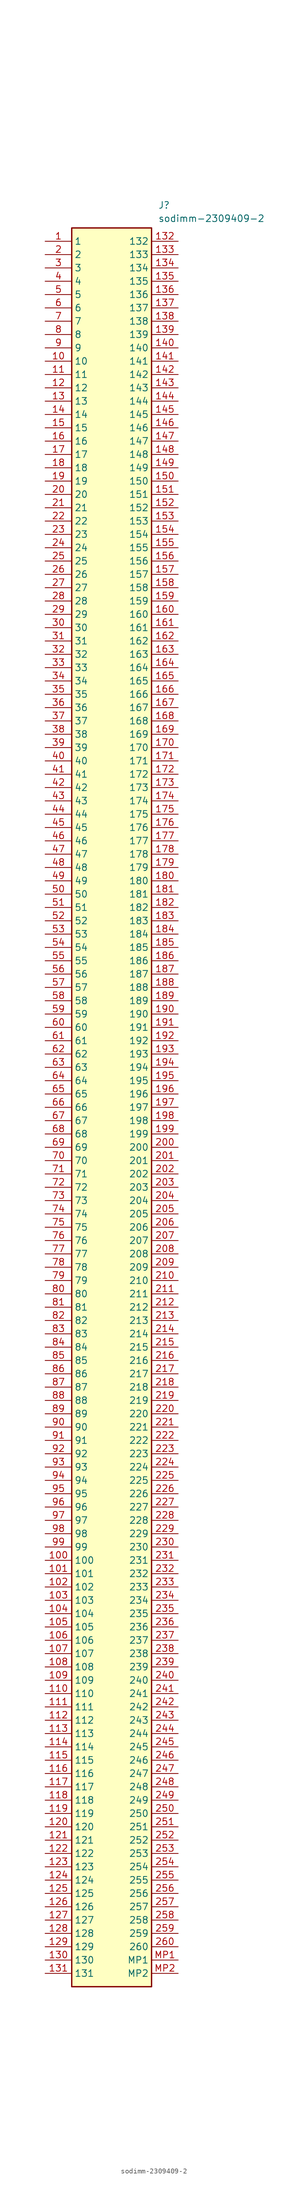
<source format=kicad_sym>
(kicad_symbol_lib
  (version 20220914)
  (generator kicad_symbol_editor)
  (symbol "sodimm-2309409-2"
    (property "Reference" "J"
      (at 21.59 7.62 0)
      (effects (font (size 1.27 1.27)) (justify left top)))
    (property "Value" "sodimm-2309409-2"
      (at 21.59 5.08 0)
      (effects (font (size 1.27 1.27)) (justify left top)))
    (symbol "sodimm-2309409-2_1_1"
      (rectangle (start 5.08 2.54) (end 20.32 -332.74) (stroke (width 0.254) (type default)) (fill (type background)))
      (pin passive line (at 0 0 0) (length 5.08) (name "1" (effects (font (size 1.27 1.27)))) (number "1" (effects (font (size 1.27 1.27)))))
      (pin passive line (at 0 -22.86 0) (length 5.08) (name "10" (effects (font (size 1.27 1.27)))) (number "10" (effects (font (size 1.27 1.27)))))
      (pin passive line (at 0 -251.46 0) (length 5.08) (name "100" (effects (font (size 1.27 1.27)))) (number "100" (effects (font (size 1.27 1.27)))))
      (pin passive line (at 0 -254 0) (length 5.08) (name "101" (effects (font (size 1.27 1.27)))) (number "101" (effects (font (size 1.27 1.27)))))
      (pin passive line (at 0 -256.54 0) (length 5.08) (name "102" (effects (font (size 1.27 1.27)))) (number "102" (effects (font (size 1.27 1.27)))))
      (pin passive line (at 0 -259.08 0) (length 5.08) (name "103" (effects (font (size 1.27 1.27)))) (number "103" (effects (font (size 1.27 1.27)))))
      (pin passive line (at 0 -261.62 0) (length 5.08) (name "104" (effects (font (size 1.27 1.27)))) (number "104" (effects (font (size 1.27 1.27)))))
      (pin passive line (at 0 -264.16 0) (length 5.08) (name "105" (effects (font (size 1.27 1.27)))) (number "105" (effects (font (size 1.27 1.27)))))
      (pin passive line (at 0 -266.7 0) (length 5.08) (name "106" (effects (font (size 1.27 1.27)))) (number "106" (effects (font (size 1.27 1.27)))))
      (pin passive line (at 0 -269.24 0) (length 5.08) (name "107" (effects (font (size 1.27 1.27)))) (number "107" (effects (font (size 1.27 1.27)))))
      (pin passive line (at 0 -271.78 0) (length 5.08) (name "108" (effects (font (size 1.27 1.27)))) (number "108" (effects (font (size 1.27 1.27)))))
      (pin passive line (at 0 -274.32 0) (length 5.08) (name "109" (effects (font (size 1.27 1.27)))) (number "109" (effects (font (size 1.27 1.27)))))
      (pin passive line (at 0 -25.4 0) (length 5.08) (name "11" (effects (font (size 1.27 1.27)))) (number "11" (effects (font (size 1.27 1.27)))))
      (pin passive line (at 0 -276.86 0) (length 5.08) (name "110" (effects (font (size 1.27 1.27)))) (number "110" (effects (font (size 1.27 1.27)))))
      (pin passive line (at 0 -279.4 0) (length 5.08) (name "111" (effects (font (size 1.27 1.27)))) (number "111" (effects (font (size 1.27 1.27)))))
      (pin passive line (at 0 -281.94 0) (length 5.08) (name "112" (effects (font (size 1.27 1.27)))) (number "112" (effects (font (size 1.27 1.27)))))
      (pin passive line (at 0 -284.48 0) (length 5.08) (name "113" (effects (font (size 1.27 1.27)))) (number "113" (effects (font (size 1.27 1.27)))))
      (pin passive line (at 0 -287.02 0) (length 5.08) (name "114" (effects (font (size 1.27 1.27)))) (number "114" (effects (font (size 1.27 1.27)))))
      (pin passive line (at 0 -289.56 0) (length 5.08) (name "115" (effects (font (size 1.27 1.27)))) (number "115" (effects (font (size 1.27 1.27)))))
      (pin passive line (at 0 -292.1 0) (length 5.08) (name "116" (effects (font (size 1.27 1.27)))) (number "116" (effects (font (size 1.27 1.27)))))
      (pin passive line (at 0 -294.64 0) (length 5.08) (name "117" (effects (font (size 1.27 1.27)))) (number "117" (effects (font (size 1.27 1.27)))))
      (pin passive line (at 0 -297.18 0) (length 5.08) (name "118" (effects (font (size 1.27 1.27)))) (number "118" (effects (font (size 1.27 1.27)))))
      (pin passive line (at 0 -299.72 0) (length 5.08) (name "119" (effects (font (size 1.27 1.27)))) (number "119" (effects (font (size 1.27 1.27)))))
      (pin passive line (at 0 -27.94 0) (length 5.08) (name "12" (effects (font (size 1.27 1.27)))) (number "12" (effects (font (size 1.27 1.27)))))
      (pin passive line (at 0 -302.26 0) (length 5.08) (name "120" (effects (font (size 1.27 1.27)))) (number "120" (effects (font (size 1.27 1.27)))))
      (pin passive line (at 0 -304.8 0) (length 5.08) (name "121" (effects (font (size 1.27 1.27)))) (number "121" (effects (font (size 1.27 1.27)))))
      (pin passive line (at 0 -307.34 0) (length 5.08) (name "122" (effects (font (size 1.27 1.27)))) (number "122" (effects (font (size 1.27 1.27)))))
      (pin passive line (at 0 -309.88 0) (length 5.08) (name "123" (effects (font (size 1.27 1.27)))) (number "123" (effects (font (size 1.27 1.27)))))
      (pin passive line (at 0 -312.42 0) (length 5.08) (name "124" (effects (font (size 1.27 1.27)))) (number "124" (effects (font (size 1.27 1.27)))))
      (pin passive line (at 0 -314.96 0) (length 5.08) (name "125" (effects (font (size 1.27 1.27)))) (number "125" (effects (font (size 1.27 1.27)))))
      (pin passive line (at 0 -317.5 0) (length 5.08) (name "126" (effects (font (size 1.27 1.27)))) (number "126" (effects (font (size 1.27 1.27)))))
      (pin passive line (at 0 -320.04 0) (length 5.08) (name "127" (effects (font (size 1.27 1.27)))) (number "127" (effects (font (size 1.27 1.27)))))
      (pin passive line (at 0 -322.58 0) (length 5.08) (name "128" (effects (font (size 1.27 1.27)))) (number "128" (effects (font (size 1.27 1.27)))))
      (pin passive line (at 0 -325.12 0) (length 5.08) (name "129" (effects (font (size 1.27 1.27)))) (number "129" (effects (font (size 1.27 1.27)))))
      (pin passive line (at 0 -30.48 0) (length 5.08) (name "13" (effects (font (size 1.27 1.27)))) (number "13" (effects (font (size 1.27 1.27)))))
      (pin passive line (at 0 -327.66 0) (length 5.08) (name "130" (effects (font (size 1.27 1.27)))) (number "130" (effects (font (size 1.27 1.27)))))
      (pin passive line (at 0 -330.2 0) (length 5.08) (name "131" (effects (font (size 1.27 1.27)))) (number "131" (effects (font (size 1.27 1.27)))))
      (pin passive line (at 25.4 0 180) (length 5.08) (name "132" (effects (font (size 1.27 1.27)))) (number "132" (effects (font (size 1.27 1.27)))))
      (pin passive line (at 25.4 -2.54 180) (length 5.08) (name "133" (effects (font (size 1.27 1.27)))) (number "133" (effects (font (size 1.27 1.27)))))
      (pin passive line (at 25.4 -5.08 180) (length 5.08) (name "134" (effects (font (size 1.27 1.27)))) (number "134" (effects (font (size 1.27 1.27)))))
      (pin passive line (at 25.4 -7.62 180) (length 5.08) (name "135" (effects (font (size 1.27 1.27)))) (number "135" (effects (font (size 1.27 1.27)))))
      (pin passive line (at 25.4 -10.16 180) (length 5.08) (name "136" (effects (font (size 1.27 1.27)))) (number "136" (effects (font (size 1.27 1.27)))))
      (pin passive line (at 25.4 -12.7 180) (length 5.08) (name "137" (effects (font (size 1.27 1.27)))) (number "137" (effects (font (size 1.27 1.27)))))
      (pin passive line (at 25.4 -15.24 180) (length 5.08) (name "138" (effects (font (size 1.27 1.27)))) (number "138" (effects (font (size 1.27 1.27)))))
      (pin passive line (at 25.4 -17.78 180) (length 5.08) (name "139" (effects (font (size 1.27 1.27)))) (number "139" (effects (font (size 1.27 1.27)))))
      (pin passive line (at 0 -33.02 0) (length 5.08) (name "14" (effects (font (size 1.27 1.27)))) (number "14" (effects (font (size 1.27 1.27)))))
      (pin passive line (at 25.4 -20.32 180) (length 5.08) (name "140" (effects (font (size 1.27 1.27)))) (number "140" (effects (font (size 1.27 1.27)))))
      (pin passive line (at 25.4 -22.86 180) (length 5.08) (name "141" (effects (font (size 1.27 1.27)))) (number "141" (effects (font (size 1.27 1.27)))))
      (pin passive line (at 25.4 -25.4 180) (length 5.08) (name "142" (effects (font (size 1.27 1.27)))) (number "142" (effects (font (size 1.27 1.27)))))
      (pin passive line (at 25.4 -27.94 180) (length 5.08) (name "143" (effects (font (size 1.27 1.27)))) (number "143" (effects (font (size 1.27 1.27)))))
      (pin passive line (at 25.4 -30.48 180) (length 5.08) (name "144" (effects (font (size 1.27 1.27)))) (number "144" (effects (font (size 1.27 1.27)))))
      (pin passive line (at 25.4 -33.02 180) (length 5.08) (name "145" (effects (font (size 1.27 1.27)))) (number "145" (effects (font (size 1.27 1.27)))))
      (pin passive line (at 25.4 -35.56 180) (length 5.08) (name "146" (effects (font (size 1.27 1.27)))) (number "146" (effects (font (size 1.27 1.27)))))
      (pin passive line (at 25.4 -38.1 180) (length 5.08) (name "147" (effects (font (size 1.27 1.27)))) (number "147" (effects (font (size 1.27 1.27)))))
      (pin passive line (at 25.4 -40.64 180) (length 5.08) (name "148" (effects (font (size 1.27 1.27)))) (number "148" (effects (font (size 1.27 1.27)))))
      (pin passive line (at 25.4 -43.18 180) (length 5.08) (name "149" (effects (font (size 1.27 1.27)))) (number "149" (effects (font (size 1.27 1.27)))))
      (pin passive line (at 0 -35.56 0) (length 5.08) (name "15" (effects (font (size 1.27 1.27)))) (number "15" (effects (font (size 1.27 1.27)))))
      (pin passive line (at 25.4 -45.72 180) (length 5.08) (name "150" (effects (font (size 1.27 1.27)))) (number "150" (effects (font (size 1.27 1.27)))))
      (pin passive line (at 25.4 -48.26 180) (length 5.08) (name "151" (effects (font (size 1.27 1.27)))) (number "151" (effects (font (size 1.27 1.27)))))
      (pin passive line (at 25.4 -50.8 180) (length 5.08) (name "152" (effects (font (size 1.27 1.27)))) (number "152" (effects (font (size 1.27 1.27)))))
      (pin passive line (at 25.4 -53.34 180) (length 5.08) (name "153" (effects (font (size 1.27 1.27)))) (number "153" (effects (font (size 1.27 1.27)))))
      (pin passive line (at 25.4 -55.88 180) (length 5.08) (name "154" (effects (font (size 1.27 1.27)))) (number "154" (effects (font (size 1.27 1.27)))))
      (pin passive line (at 25.4 -58.42 180) (length 5.08) (name "155" (effects (font (size 1.27 1.27)))) (number "155" (effects (font (size 1.27 1.27)))))
      (pin passive line (at 25.4 -60.96 180) (length 5.08) (name "156" (effects (font (size 1.27 1.27)))) (number "156" (effects (font (size 1.27 1.27)))))
      (pin passive line (at 25.4 -63.5 180) (length 5.08) (name "157" (effects (font (size 1.27 1.27)))) (number "157" (effects (font (size 1.27 1.27)))))
      (pin passive line (at 25.4 -66.04 180) (length 5.08) (name "158" (effects (font (size 1.27 1.27)))) (number "158" (effects (font (size 1.27 1.27)))))
      (pin passive line (at 25.4 -68.58 180) (length 5.08) (name "159" (effects (font (size 1.27 1.27)))) (number "159" (effects (font (size 1.27 1.27)))))
      (pin passive line (at 0 -38.1 0) (length 5.08) (name "16" (effects (font (size 1.27 1.27)))) (number "16" (effects (font (size 1.27 1.27)))))
      (pin passive line (at 25.4 -71.12 180) (length 5.08) (name "160" (effects (font (size 1.27 1.27)))) (number "160" (effects (font (size 1.27 1.27)))))
      (pin passive line (at 25.4 -73.66 180) (length 5.08) (name "161" (effects (font (size 1.27 1.27)))) (number "161" (effects (font (size 1.27 1.27)))))
      (pin passive line (at 25.4 -76.2 180) (length 5.08) (name "162" (effects (font (size 1.27 1.27)))) (number "162" (effects (font (size 1.27 1.27)))))
      (pin passive line (at 25.4 -78.74 180) (length 5.08) (name "163" (effects (font (size 1.27 1.27)))) (number "163" (effects (font (size 1.27 1.27)))))
      (pin passive line (at 25.4 -81.28 180) (length 5.08) (name "164" (effects (font (size 1.27 1.27)))) (number "164" (effects (font (size 1.27 1.27)))))
      (pin passive line (at 25.4 -83.82 180) (length 5.08) (name "165" (effects (font (size 1.27 1.27)))) (number "165" (effects (font (size 1.27 1.27)))))
      (pin passive line (at 25.4 -86.36 180) (length 5.08) (name "166" (effects (font (size 1.27 1.27)))) (number "166" (effects (font (size 1.27 1.27)))))
      (pin passive line (at 25.4 -88.9 180) (length 5.08) (name "167" (effects (font (size 1.27 1.27)))) (number "167" (effects (font (size 1.27 1.27)))))
      (pin passive line (at 25.4 -91.44 180) (length 5.08) (name "168" (effects (font (size 1.27 1.27)))) (number "168" (effects (font (size 1.27 1.27)))))
      (pin passive line (at 25.4 -93.98 180) (length 5.08) (name "169" (effects (font (size 1.27 1.27)))) (number "169" (effects (font (size 1.27 1.27)))))
      (pin passive line (at 0 -40.64 0) (length 5.08) (name "17" (effects (font (size 1.27 1.27)))) (number "17" (effects (font (size 1.27 1.27)))))
      (pin passive line (at 25.4 -96.52 180) (length 5.08) (name "170" (effects (font (size 1.27 1.27)))) (number "170" (effects (font (size 1.27 1.27)))))
      (pin passive line (at 25.4 -99.06 180) (length 5.08) (name "171" (effects (font (size 1.27 1.27)))) (number "171" (effects (font (size 1.27 1.27)))))
      (pin passive line (at 25.4 -101.6 180) (length 5.08) (name "172" (effects (font (size 1.27 1.27)))) (number "172" (effects (font (size 1.27 1.27)))))
      (pin passive line (at 25.4 -104.14 180) (length 5.08) (name "173" (effects (font (size 1.27 1.27)))) (number "173" (effects (font (size 1.27 1.27)))))
      (pin passive line (at 25.4 -106.68 180) (length 5.08) (name "174" (effects (font (size 1.27 1.27)))) (number "174" (effects (font (size 1.27 1.27)))))
      (pin passive line (at 25.4 -109.22 180) (length 5.08) (name "175" (effects (font (size 1.27 1.27)))) (number "175" (effects (font (size 1.27 1.27)))))
      (pin passive line (at 25.4 -111.76 180) (length 5.08) (name "176" (effects (font (size 1.27 1.27)))) (number "176" (effects (font (size 1.27 1.27)))))
      (pin passive line (at 25.4 -114.3 180) (length 5.08) (name "177" (effects (font (size 1.27 1.27)))) (number "177" (effects (font (size 1.27 1.27)))))
      (pin passive line (at 25.4 -116.84 180) (length 5.08) (name "178" (effects (font (size 1.27 1.27)))) (number "178" (effects (font (size 1.27 1.27)))))
      (pin passive line (at 25.4 -119.38 180) (length 5.08) (name "179" (effects (font (size 1.27 1.27)))) (number "179" (effects (font (size 1.27 1.27)))))
      (pin passive line (at 0 -43.18 0) (length 5.08) (name "18" (effects (font (size 1.27 1.27)))) (number "18" (effects (font (size 1.27 1.27)))))
      (pin passive line (at 25.4 -121.92 180) (length 5.08) (name "180" (effects (font (size 1.27 1.27)))) (number "180" (effects (font (size 1.27 1.27)))))
      (pin passive line (at 25.4 -124.46 180) (length 5.08) (name "181" (effects (font (size 1.27 1.27)))) (number "181" (effects (font (size 1.27 1.27)))))
      (pin passive line (at 25.4 -127 180) (length 5.08) (name "182" (effects (font (size 1.27 1.27)))) (number "182" (effects (font (size 1.27 1.27)))))
      (pin passive line (at 25.4 -129.54 180) (length 5.08) (name "183" (effects (font (size 1.27 1.27)))) (number "183" (effects (font (size 1.27 1.27)))))
      (pin passive line (at 25.4 -132.08 180) (length 5.08) (name "184" (effects (font (size 1.27 1.27)))) (number "184" (effects (font (size 1.27 1.27)))))
      (pin passive line (at 25.4 -134.62 180) (length 5.08) (name "185" (effects (font (size 1.27 1.27)))) (number "185" (effects (font (size 1.27 1.27)))))
      (pin passive line (at 25.4 -137.16 180) (length 5.08) (name "186" (effects (font (size 1.27 1.27)))) (number "186" (effects (font (size 1.27 1.27)))))
      (pin passive line (at 25.4 -139.7 180) (length 5.08) (name "187" (effects (font (size 1.27 1.27)))) (number "187" (effects (font (size 1.27 1.27)))))
      (pin passive line (at 25.4 -142.24 180) (length 5.08) (name "188" (effects (font (size 1.27 1.27)))) (number "188" (effects (font (size 1.27 1.27)))))
      (pin passive line (at 25.4 -144.78 180) (length 5.08) (name "189" (effects (font (size 1.27 1.27)))) (number "189" (effects (font (size 1.27 1.27)))))
      (pin passive line (at 0 -45.72 0) (length 5.08) (name "19" (effects (font (size 1.27 1.27)))) (number "19" (effects (font (size 1.27 1.27)))))
      (pin passive line (at 25.4 -147.32 180) (length 5.08) (name "190" (effects (font (size 1.27 1.27)))) (number "190" (effects (font (size 1.27 1.27)))))
      (pin passive line (at 25.4 -149.86 180) (length 5.08) (name "191" (effects (font (size 1.27 1.27)))) (number "191" (effects (font (size 1.27 1.27)))))
      (pin passive line (at 25.4 -152.4 180) (length 5.08) (name "192" (effects (font (size 1.27 1.27)))) (number "192" (effects (font (size 1.27 1.27)))))
      (pin passive line (at 25.4 -154.94 180) (length 5.08) (name "193" (effects (font (size 1.27 1.27)))) (number "193" (effects (font (size 1.27 1.27)))))
      (pin passive line (at 25.4 -157.48 180) (length 5.08) (name "194" (effects (font (size 1.27 1.27)))) (number "194" (effects (font (size 1.27 1.27)))))
      (pin passive line (at 25.4 -160.02 180) (length 5.08) (name "195" (effects (font (size 1.27 1.27)))) (number "195" (effects (font (size 1.27 1.27)))))
      (pin passive line (at 25.4 -162.56 180) (length 5.08) (name "196" (effects (font (size 1.27 1.27)))) (number "196" (effects (font (size 1.27 1.27)))))
      (pin passive line (at 25.4 -165.1 180) (length 5.08) (name "197" (effects (font (size 1.27 1.27)))) (number "197" (effects (font (size 1.27 1.27)))))
      (pin passive line (at 25.4 -167.64 180) (length 5.08) (name "198" (effects (font (size 1.27 1.27)))) (number "198" (effects (font (size 1.27 1.27)))))
      (pin passive line (at 25.4 -170.18 180) (length 5.08) (name "199" (effects (font (size 1.27 1.27)))) (number "199" (effects (font (size 1.27 1.27)))))
      (pin passive line (at 0 -2.54 0) (length 5.08) (name "2" (effects (font (size 1.27 1.27)))) (number "2" (effects (font (size 1.27 1.27)))))
      (pin passive line (at 0 -48.26 0) (length 5.08) (name "20" (effects (font (size 1.27 1.27)))) (number "20" (effects (font (size 1.27 1.27)))))
      (pin passive line (at 25.4 -172.72 180) (length 5.08) (name "200" (effects (font (size 1.27 1.27)))) (number "200" (effects (font (size 1.27 1.27)))))
      (pin passive line (at 25.4 -175.26 180) (length 5.08) (name "201" (effects (font (size 1.27 1.27)))) (number "201" (effects (font (size 1.27 1.27)))))
      (pin passive line (at 25.4 -177.8 180) (length 5.08) (name "202" (effects (font (size 1.27 1.27)))) (number "202" (effects (font (size 1.27 1.27)))))
      (pin passive line (at 25.4 -180.34 180) (length 5.08) (name "203" (effects (font (size 1.27 1.27)))) (number "203" (effects (font (size 1.27 1.27)))))
      (pin passive line (at 25.4 -182.88 180) (length 5.08) (name "204" (effects (font (size 1.27 1.27)))) (number "204" (effects (font (size 1.27 1.27)))))
      (pin passive line (at 25.4 -185.42 180) (length 5.08) (name "205" (effects (font (size 1.27 1.27)))) (number "205" (effects (font (size 1.27 1.27)))))
      (pin passive line (at 25.4 -187.96 180) (length 5.08) (name "206" (effects (font (size 1.27 1.27)))) (number "206" (effects (font (size 1.27 1.27)))))
      (pin passive line (at 25.4 -190.5 180) (length 5.08) (name "207" (effects (font (size 1.27 1.27)))) (number "207" (effects (font (size 1.27 1.27)))))
      (pin passive line (at 25.4 -193.04 180) (length 5.08) (name "208" (effects (font (size 1.27 1.27)))) (number "208" (effects (font (size 1.27 1.27)))))
      (pin passive line (at 25.4 -195.58 180) (length 5.08) (name "209" (effects (font (size 1.27 1.27)))) (number "209" (effects (font (size 1.27 1.27)))))
      (pin passive line (at 0 -50.8 0) (length 5.08) (name "21" (effects (font (size 1.27 1.27)))) (number "21" (effects (font (size 1.27 1.27)))))
      (pin passive line (at 25.4 -198.12 180) (length 5.08) (name "210" (effects (font (size 1.27 1.27)))) (number "210" (effects (font (size 1.27 1.27)))))
      (pin passive line (at 25.4 -200.66 180) (length 5.08) (name "211" (effects (font (size 1.27 1.27)))) (number "211" (effects (font (size 1.27 1.27)))))
      (pin passive line (at 25.4 -203.2 180) (length 5.08) (name "212" (effects (font (size 1.27 1.27)))) (number "212" (effects (font (size 1.27 1.27)))))
      (pin passive line (at 25.4 -205.74 180) (length 5.08) (name "213" (effects (font (size 1.27 1.27)))) (number "213" (effects (font (size 1.27 1.27)))))
      (pin passive line (at 25.4 -208.28 180) (length 5.08) (name "214" (effects (font (size 1.27 1.27)))) (number "214" (effects (font (size 1.27 1.27)))))
      (pin passive line (at 25.4 -210.82 180) (length 5.08) (name "215" (effects (font (size 1.27 1.27)))) (number "215" (effects (font (size 1.27 1.27)))))
      (pin passive line (at 25.4 -213.36 180) (length 5.08) (name "216" (effects (font (size 1.27 1.27)))) (number "216" (effects (font (size 1.27 1.27)))))
      (pin passive line (at 25.4 -215.9 180) (length 5.08) (name "217" (effects (font (size 1.27 1.27)))) (number "217" (effects (font (size 1.27 1.27)))))
      (pin passive line (at 25.4 -218.44 180) (length 5.08) (name "218" (effects (font (size 1.27 1.27)))) (number "218" (effects (font (size 1.27 1.27)))))
      (pin passive line (at 25.4 -220.98 180) (length 5.08) (name "219" (effects (font (size 1.27 1.27)))) (number "219" (effects (font (size 1.27 1.27)))))
      (pin passive line (at 0 -53.34 0) (length 5.08) (name "22" (effects (font (size 1.27 1.27)))) (number "22" (effects (font (size 1.27 1.27)))))
      (pin passive line (at 25.4 -223.52 180) (length 5.08) (name "220" (effects (font (size 1.27 1.27)))) (number "220" (effects (font (size 1.27 1.27)))))
      (pin passive line (at 25.4 -226.06 180) (length 5.08) (name "221" (effects (font (size 1.27 1.27)))) (number "221" (effects (font (size 1.27 1.27)))))
      (pin passive line (at 25.4 -228.6 180) (length 5.08) (name "222" (effects (font (size 1.27 1.27)))) (number "222" (effects (font (size 1.27 1.27)))))
      (pin passive line (at 25.4 -231.14 180) (length 5.08) (name "223" (effects (font (size 1.27 1.27)))) (number "223" (effects (font (size 1.27 1.27)))))
      (pin passive line (at 25.4 -233.68 180) (length 5.08) (name "224" (effects (font (size 1.27 1.27)))) (number "224" (effects (font (size 1.27 1.27)))))
      (pin passive line (at 25.4 -236.22 180) (length 5.08) (name "225" (effects (font (size 1.27 1.27)))) (number "225" (effects (font (size 1.27 1.27)))))
      (pin passive line (at 25.4 -238.76 180) (length 5.08) (name "226" (effects (font (size 1.27 1.27)))) (number "226" (effects (font (size 1.27 1.27)))))
      (pin passive line (at 25.4 -241.3 180) (length 5.08) (name "227" (effects (font (size 1.27 1.27)))) (number "227" (effects (font (size 1.27 1.27)))))
      (pin passive line (at 25.4 -243.84 180) (length 5.08) (name "228" (effects (font (size 1.27 1.27)))) (number "228" (effects (font (size 1.27 1.27)))))
      (pin passive line (at 25.4 -246.38 180) (length 5.08) (name "229" (effects (font (size 1.27 1.27)))) (number "229" (effects (font (size 1.27 1.27)))))
      (pin passive line (at 0 -55.88 0) (length 5.08) (name "23" (effects (font (size 1.27 1.27)))) (number "23" (effects (font (size 1.27 1.27)))))
      (pin passive line (at 25.4 -248.92 180) (length 5.08) (name "230" (effects (font (size 1.27 1.27)))) (number "230" (effects (font (size 1.27 1.27)))))
      (pin passive line (at 25.4 -251.46 180) (length 5.08) (name "231" (effects (font (size 1.27 1.27)))) (number "231" (effects (font (size 1.27 1.27)))))
      (pin passive line (at 25.4 -254 180) (length 5.08) (name "232" (effects (font (size 1.27 1.27)))) (number "232" (effects (font (size 1.27 1.27)))))
      (pin passive line (at 25.4 -256.54 180) (length 5.08) (name "233" (effects (font (size 1.27 1.27)))) (number "233" (effects (font (size 1.27 1.27)))))
      (pin passive line (at 25.4 -259.08 180) (length 5.08) (name "234" (effects (font (size 1.27 1.27)))) (number "234" (effects (font (size 1.27 1.27)))))
      (pin passive line (at 25.4 -261.62 180) (length 5.08) (name "235" (effects (font (size 1.27 1.27)))) (number "235" (effects (font (size 1.27 1.27)))))
      (pin passive line (at 25.4 -264.16 180) (length 5.08) (name "236" (effects (font (size 1.27 1.27)))) (number "236" (effects (font (size 1.27 1.27)))))
      (pin passive line (at 25.4 -266.7 180) (length 5.08) (name "237" (effects (font (size 1.27 1.27)))) (number "237" (effects (font (size 1.27 1.27)))))
      (pin passive line (at 25.4 -269.24 180) (length 5.08) (name "238" (effects (font (size 1.27 1.27)))) (number "238" (effects (font (size 1.27 1.27)))))
      (pin passive line (at 25.4 -271.78 180) (length 5.08) (name "239" (effects (font (size 1.27 1.27)))) (number "239" (effects (font (size 1.27 1.27)))))
      (pin passive line (at 0 -58.42 0) (length 5.08) (name "24" (effects (font (size 1.27 1.27)))) (number "24" (effects (font (size 1.27 1.27)))))
      (pin passive line (at 25.4 -274.32 180) (length 5.08) (name "240" (effects (font (size 1.27 1.27)))) (number "240" (effects (font (size 1.27 1.27)))))
      (pin passive line (at 25.4 -276.86 180) (length 5.08) (name "241" (effects (font (size 1.27 1.27)))) (number "241" (effects (font (size 1.27 1.27)))))
      (pin passive line (at 25.4 -279.4 180) (length 5.08) (name "242" (effects (font (size 1.27 1.27)))) (number "242" (effects (font (size 1.27 1.27)))))
      (pin passive line (at 25.4 -281.94 180) (length 5.08) (name "243" (effects (font (size 1.27 1.27)))) (number "243" (effects (font (size 1.27 1.27)))))
      (pin passive line (at 25.4 -284.48 180) (length 5.08) (name "244" (effects (font (size 1.27 1.27)))) (number "244" (effects (font (size 1.27 1.27)))))
      (pin passive line (at 25.4 -287.02 180) (length 5.08) (name "245" (effects (font (size 1.27 1.27)))) (number "245" (effects (font (size 1.27 1.27)))))
      (pin passive line (at 25.4 -289.56 180) (length 5.08) (name "246" (effects (font (size 1.27 1.27)))) (number "246" (effects (font (size 1.27 1.27)))))
      (pin passive line (at 25.4 -292.1 180) (length 5.08) (name "247" (effects (font (size 1.27 1.27)))) (number "247" (effects (font (size 1.27 1.27)))))
      (pin passive line (at 25.4 -294.64 180) (length 5.08) (name "248" (effects (font (size 1.27 1.27)))) (number "248" (effects (font (size 1.27 1.27)))))
      (pin passive line (at 25.4 -297.18 180) (length 5.08) (name "249" (effects (font (size 1.27 1.27)))) (number "249" (effects (font (size 1.27 1.27)))))
      (pin passive line (at 0 -60.96 0) (length 5.08) (name "25" (effects (font (size 1.27 1.27)))) (number "25" (effects (font (size 1.27 1.27)))))
      (pin passive line (at 25.4 -299.72 180) (length 5.08) (name "250" (effects (font (size 1.27 1.27)))) (number "250" (effects (font (size 1.27 1.27)))))
      (pin passive line (at 25.4 -302.26 180) (length 5.08) (name "251" (effects (font (size 1.27 1.27)))) (number "251" (effects (font (size 1.27 1.27)))))
      (pin passive line (at 25.4 -304.8 180) (length 5.08) (name "252" (effects (font (size 1.27 1.27)))) (number "252" (effects (font (size 1.27 1.27)))))
      (pin passive line (at 25.4 -307.34 180) (length 5.08) (name "253" (effects (font (size 1.27 1.27)))) (number "253" (effects (font (size 1.27 1.27)))))
      (pin passive line (at 25.4 -309.88 180) (length 5.08) (name "254" (effects (font (size 1.27 1.27)))) (number "254" (effects (font (size 1.27 1.27)))))
      (pin passive line (at 25.4 -312.42 180) (length 5.08) (name "255" (effects (font (size 1.27 1.27)))) (number "255" (effects (font (size 1.27 1.27)))))
      (pin passive line (at 25.4 -314.96 180) (length 5.08) (name "256" (effects (font (size 1.27 1.27)))) (number "256" (effects (font (size 1.27 1.27)))))
      (pin passive line (at 25.4 -317.5 180) (length 5.08) (name "257" (effects (font (size 1.27 1.27)))) (number "257" (effects (font (size 1.27 1.27)))))
      (pin passive line (at 25.4 -320.04 180) (length 5.08) (name "258" (effects (font (size 1.27 1.27)))) (number "258" (effects (font (size 1.27 1.27)))))
      (pin passive line (at 25.4 -322.58 180) (length 5.08) (name "259" (effects (font (size 1.27 1.27)))) (number "259" (effects (font (size 1.27 1.27)))))
      (pin passive line (at 0 -63.5 0) (length 5.08) (name "26" (effects (font (size 1.27 1.27)))) (number "26" (effects (font (size 1.27 1.27)))))
      (pin passive line (at 25.4 -325.12 180) (length 5.08) (name "260" (effects (font (size 1.27 1.27)))) (number "260" (effects (font (size 1.27 1.27)))))
      (pin passive line (at 0 -66.04 0) (length 5.08) (name "27" (effects (font (size 1.27 1.27)))) (number "27" (effects (font (size 1.27 1.27)))))
      (pin passive line (at 0 -68.58 0) (length 5.08) (name "28" (effects (font (size 1.27 1.27)))) (number "28" (effects (font (size 1.27 1.27)))))
      (pin passive line (at 0 -71.12 0) (length 5.08) (name "29" (effects (font (size 1.27 1.27)))) (number "29" (effects (font (size 1.27 1.27)))))
      (pin passive line (at 0 -5.08 0) (length 5.08) (name "3" (effects (font (size 1.27 1.27)))) (number "3" (effects (font (size 1.27 1.27)))))
      (pin passive line (at 0 -73.66 0) (length 5.08) (name "30" (effects (font (size 1.27 1.27)))) (number "30" (effects (font (size 1.27 1.27)))))
      (pin passive line (at 0 -76.2 0) (length 5.08) (name "31" (effects (font (size 1.27 1.27)))) (number "31" (effects (font (size 1.27 1.27)))))
      (pin passive line (at 0 -78.74 0) (length 5.08) (name "32" (effects (font (size 1.27 1.27)))) (number "32" (effects (font (size 1.27 1.27)))))
      (pin passive line (at 0 -81.28 0) (length 5.08) (name "33" (effects (font (size 1.27 1.27)))) (number "33" (effects (font (size 1.27 1.27)))))
      (pin passive line (at 0 -83.82 0) (length 5.08) (name "34" (effects (font (size 1.27 1.27)))) (number "34" (effects (font (size 1.27 1.27)))))
      (pin passive line (at 0 -86.36 0) (length 5.08) (name "35" (effects (font (size 1.27 1.27)))) (number "35" (effects (font (size 1.27 1.27)))))
      (pin passive line (at 0 -88.9 0) (length 5.08) (name "36" (effects (font (size 1.27 1.27)))) (number "36" (effects (font (size 1.27 1.27)))))
      (pin passive line (at 0 -91.44 0) (length 5.08) (name "37" (effects (font (size 1.27 1.27)))) (number "37" (effects (font (size 1.27 1.27)))))
      (pin passive line (at 0 -93.98 0) (length 5.08) (name "38" (effects (font (size 1.27 1.27)))) (number "38" (effects (font (size 1.27 1.27)))))
      (pin passive line (at 0 -96.52 0) (length 5.08) (name "39" (effects (font (size 1.27 1.27)))) (number "39" (effects (font (size 1.27 1.27)))))
      (pin passive line (at 0 -7.62 0) (length 5.08) (name "4" (effects (font (size 1.27 1.27)))) (number "4" (effects (font (size 1.27 1.27)))))
      (pin passive line (at 0 -99.06 0) (length 5.08) (name "40" (effects (font (size 1.27 1.27)))) (number "40" (effects (font (size 1.27 1.27)))))
      (pin passive line (at 0 -101.6 0) (length 5.08) (name "41" (effects (font (size 1.27 1.27)))) (number "41" (effects (font (size 1.27 1.27)))))
      (pin passive line (at 0 -104.14 0) (length 5.08) (name "42" (effects (font (size 1.27 1.27)))) (number "42" (effects (font (size 1.27 1.27)))))
      (pin passive line (at 0 -106.68 0) (length 5.08) (name "43" (effects (font (size 1.27 1.27)))) (number "43" (effects (font (size 1.27 1.27)))))
      (pin passive line (at 0 -109.22 0) (length 5.08) (name "44" (effects (font (size 1.27 1.27)))) (number "44" (effects (font (size 1.27 1.27)))))
      (pin passive line (at 0 -111.76 0) (length 5.08) (name "45" (effects (font (size 1.27 1.27)))) (number "45" (effects (font (size 1.27 1.27)))))
      (pin passive line (at 0 -114.3 0) (length 5.08) (name "46" (effects (font (size 1.27 1.27)))) (number "46" (effects (font (size 1.27 1.27)))))
      (pin passive line (at 0 -116.84 0) (length 5.08) (name "47" (effects (font (size 1.27 1.27)))) (number "47" (effects (font (size 1.27 1.27)))))
      (pin passive line (at 0 -119.38 0) (length 5.08) (name "48" (effects (font (size 1.27 1.27)))) (number "48" (effects (font (size 1.27 1.27)))))
      (pin passive line (at 0 -121.92 0) (length 5.08) (name "49" (effects (font (size 1.27 1.27)))) (number "49" (effects (font (size 1.27 1.27)))))
      (pin passive line (at 0 -10.16 0) (length 5.08) (name "5" (effects (font (size 1.27 1.27)))) (number "5" (effects (font (size 1.27 1.27)))))
      (pin passive line (at 0 -124.46 0) (length 5.08) (name "50" (effects (font (size 1.27 1.27)))) (number "50" (effects (font (size 1.27 1.27)))))
      (pin passive line (at 0 -127 0) (length 5.08) (name "51" (effects (font (size 1.27 1.27)))) (number "51" (effects (font (size 1.27 1.27)))))
      (pin passive line (at 0 -129.54 0) (length 5.08) (name "52" (effects (font (size 1.27 1.27)))) (number "52" (effects (font (size 1.27 1.27)))))
      (pin passive line (at 0 -132.08 0) (length 5.08) (name "53" (effects (font (size 1.27 1.27)))) (number "53" (effects (font (size 1.27 1.27)))))
      (pin passive line (at 0 -134.62 0) (length 5.08) (name "54" (effects (font (size 1.27 1.27)))) (number "54" (effects (font (size 1.27 1.27)))))
      (pin passive line (at 0 -137.16 0) (length 5.08) (name "55" (effects (font (size 1.27 1.27)))) (number "55" (effects (font (size 1.27 1.27)))))
      (pin passive line (at 0 -139.7 0) (length 5.08) (name "56" (effects (font (size 1.27 1.27)))) (number "56" (effects (font (size 1.27 1.27)))))
      (pin passive line (at 0 -142.24 0) (length 5.08) (name "57" (effects (font (size 1.27 1.27)))) (number "57" (effects (font (size 1.27 1.27)))))
      (pin passive line (at 0 -144.78 0) (length 5.08) (name "58" (effects (font (size 1.27 1.27)))) (number "58" (effects (font (size 1.27 1.27)))))
      (pin passive line (at 0 -147.32 0) (length 5.08) (name "59" (effects (font (size 1.27 1.27)))) (number "59" (effects (font (size 1.27 1.27)))))
      (pin passive line (at 0 -12.7 0) (length 5.08) (name "6" (effects (font (size 1.27 1.27)))) (number "6" (effects (font (size 1.27 1.27)))))
      (pin passive line (at 0 -149.86 0) (length 5.08) (name "60" (effects (font (size 1.27 1.27)))) (number "60" (effects (font (size 1.27 1.27)))))
      (pin passive line (at 0 -152.4 0) (length 5.08) (name "61" (effects (font (size 1.27 1.27)))) (number "61" (effects (font (size 1.27 1.27)))))
      (pin passive line (at 0 -154.94 0) (length 5.08) (name "62" (effects (font (size 1.27 1.27)))) (number "62" (effects (font (size 1.27 1.27)))))
      (pin passive line (at 0 -157.48 0) (length 5.08) (name "63" (effects (font (size 1.27 1.27)))) (number "63" (effects (font (size 1.27 1.27)))))
      (pin passive line (at 0 -160.02 0) (length 5.08) (name "64" (effects (font (size 1.27 1.27)))) (number "64" (effects (font (size 1.27 1.27)))))
      (pin passive line (at 0 -162.56 0) (length 5.08) (name "65" (effects (font (size 1.27 1.27)))) (number "65" (effects (font (size 1.27 1.27)))))
      (pin passive line (at 0 -165.1 0) (length 5.08) (name "66" (effects (font (size 1.27 1.27)))) (number "66" (effects (font (size 1.27 1.27)))))
      (pin passive line (at 0 -167.64 0) (length 5.08) (name "67" (effects (font (size 1.27 1.27)))) (number "67" (effects (font (size 1.27 1.27)))))
      (pin passive line (at 0 -170.18 0) (length 5.08) (name "68" (effects (font (size 1.27 1.27)))) (number "68" (effects (font (size 1.27 1.27)))))
      (pin passive line (at 0 -172.72 0) (length 5.08) (name "69" (effects (font (size 1.27 1.27)))) (number "69" (effects (font (size 1.27 1.27)))))
      (pin passive line (at 0 -15.24 0) (length 5.08) (name "7" (effects (font (size 1.27 1.27)))) (number "7" (effects (font (size 1.27 1.27)))))
      (pin passive line (at 0 -175.26 0) (length 5.08) (name "70" (effects (font (size 1.27 1.27)))) (number "70" (effects (font (size 1.27 1.27)))))
      (pin passive line (at 0 -177.8 0) (length 5.08) (name "71" (effects (font (size 1.27 1.27)))) (number "71" (effects (font (size 1.27 1.27)))))
      (pin passive line (at 0 -180.34 0) (length 5.08) (name "72" (effects (font (size 1.27 1.27)))) (number "72" (effects (font (size 1.27 1.27)))))
      (pin passive line (at 0 -182.88 0) (length 5.08) (name "73" (effects (font (size 1.27 1.27)))) (number "73" (effects (font (size 1.27 1.27)))))
      (pin passive line (at 0 -185.42 0) (length 5.08) (name "74" (effects (font (size 1.27 1.27)))) (number "74" (effects (font (size 1.27 1.27)))))
      (pin passive line (at 0 -187.96 0) (length 5.08) (name "75" (effects (font (size 1.27 1.27)))) (number "75" (effects (font (size 1.27 1.27)))))
      (pin passive line (at 0 -190.5 0) (length 5.08) (name "76" (effects (font (size 1.27 1.27)))) (number "76" (effects (font (size 1.27 1.27)))))
      (pin passive line (at 0 -193.04 0) (length 5.08) (name "77" (effects (font (size 1.27 1.27)))) (number "77" (effects (font (size 1.27 1.27)))))
      (pin passive line (at 0 -195.58 0) (length 5.08) (name "78" (effects (font (size 1.27 1.27)))) (number "78" (effects (font (size 1.27 1.27)))))
      (pin passive line (at 0 -198.12 0) (length 5.08) (name "79" (effects (font (size 1.27 1.27)))) (number "79" (effects (font (size 1.27 1.27)))))
      (pin passive line (at 0 -17.78 0) (length 5.08) (name "8" (effects (font (size 1.27 1.27)))) (number "8" (effects (font (size 1.27 1.27)))))
      (pin passive line (at 0 -200.66 0) (length 5.08) (name "80" (effects (font (size 1.27 1.27)))) (number "80" (effects (font (size 1.27 1.27)))))
      (pin passive line (at 0 -203.2 0) (length 5.08) (name "81" (effects (font (size 1.27 1.27)))) (number "81" (effects (font (size 1.27 1.27)))))
      (pin passive line (at 0 -205.74 0) (length 5.08) (name "82" (effects (font (size 1.27 1.27)))) (number "82" (effects (font (size 1.27 1.27)))))
      (pin passive line (at 0 -208.28 0) (length 5.08) (name "83" (effects (font (size 1.27 1.27)))) (number "83" (effects (font (size 1.27 1.27)))))
      (pin passive line (at 0 -210.82 0) (length 5.08) (name "84" (effects (font (size 1.27 1.27)))) (number "84" (effects (font (size 1.27 1.27)))))
      (pin passive line (at 0 -213.36 0) (length 5.08) (name "85" (effects (font (size 1.27 1.27)))) (number "85" (effects (font (size 1.27 1.27)))))
      (pin passive line (at 0 -215.9 0) (length 5.08) (name "86" (effects (font (size 1.27 1.27)))) (number "86" (effects (font (size 1.27 1.27)))))
      (pin passive line (at 0 -218.44 0) (length 5.08) (name "87" (effects (font (size 1.27 1.27)))) (number "87" (effects (font (size 1.27 1.27)))))
      (pin passive line (at 0 -220.98 0) (length 5.08) (name "88" (effects (font (size 1.27 1.27)))) (number "88" (effects (font (size 1.27 1.27)))))
      (pin passive line (at 0 -223.52 0) (length 5.08) (name "89" (effects (font (size 1.27 1.27)))) (number "89" (effects (font (size 1.27 1.27)))))
      (pin passive line (at 0 -20.32 0) (length 5.08) (name "9" (effects (font (size 1.27 1.27)))) (number "9" (effects (font (size 1.27 1.27)))))
      (pin passive line (at 0 -226.06 0) (length 5.08) (name "90" (effects (font (size 1.27 1.27)))) (number "90" (effects (font (size 1.27 1.27)))))
      (pin passive line (at 0 -228.6 0) (length 5.08) (name "91" (effects (font (size 1.27 1.27)))) (number "91" (effects (font (size 1.27 1.27)))))
      (pin passive line (at 0 -231.14 0) (length 5.08) (name "92" (effects (font (size 1.27 1.27)))) (number "92" (effects (font (size 1.27 1.27)))))
      (pin passive line (at 0 -233.68 0) (length 5.08) (name "93" (effects (font (size 1.27 1.27)))) (number "93" (effects (font (size 1.27 1.27)))))
      (pin passive line (at 0 -236.22 0) (length 5.08) (name "94" (effects (font (size 1.27 1.27)))) (number "94" (effects (font (size 1.27 1.27)))))
      (pin passive line (at 0 -238.76 0) (length 5.08) (name "95" (effects (font (size 1.27 1.27)))) (number "95" (effects (font (size 1.27 1.27)))))
      (pin passive line (at 0 -241.3 0) (length 5.08) (name "96" (effects (font (size 1.27 1.27)))) (number "96" (effects (font (size 1.27 1.27)))))
      (pin passive line (at 0 -243.84 0) (length 5.08) (name "97" (effects (font (size 1.27 1.27)))) (number "97" (effects (font (size 1.27 1.27)))))
      (pin passive line (at 0 -246.38 0) (length 5.08) (name "98" (effects (font (size 1.27 1.27)))) (number "98" (effects (font (size 1.27 1.27)))))
      (pin passive line (at 0 -248.92 0) (length 5.08) (name "99" (effects (font (size 1.27 1.27)))) (number "99" (effects (font (size 1.27 1.27)))))
      (pin passive line (at 25.4 -327.66 180) (length 5.08) (name "MP1" (effects (font (size 1.27 1.27)))) (number "MP1" (effects (font (size 1.27 1.27)))))
      (pin passive line (at 25.4 -330.2 180) (length 5.08) (name "MP2" (effects (font (size 1.27 1.27)))) (number "MP2" (effects (font (size 1.27 1.27))))))))
</source>
